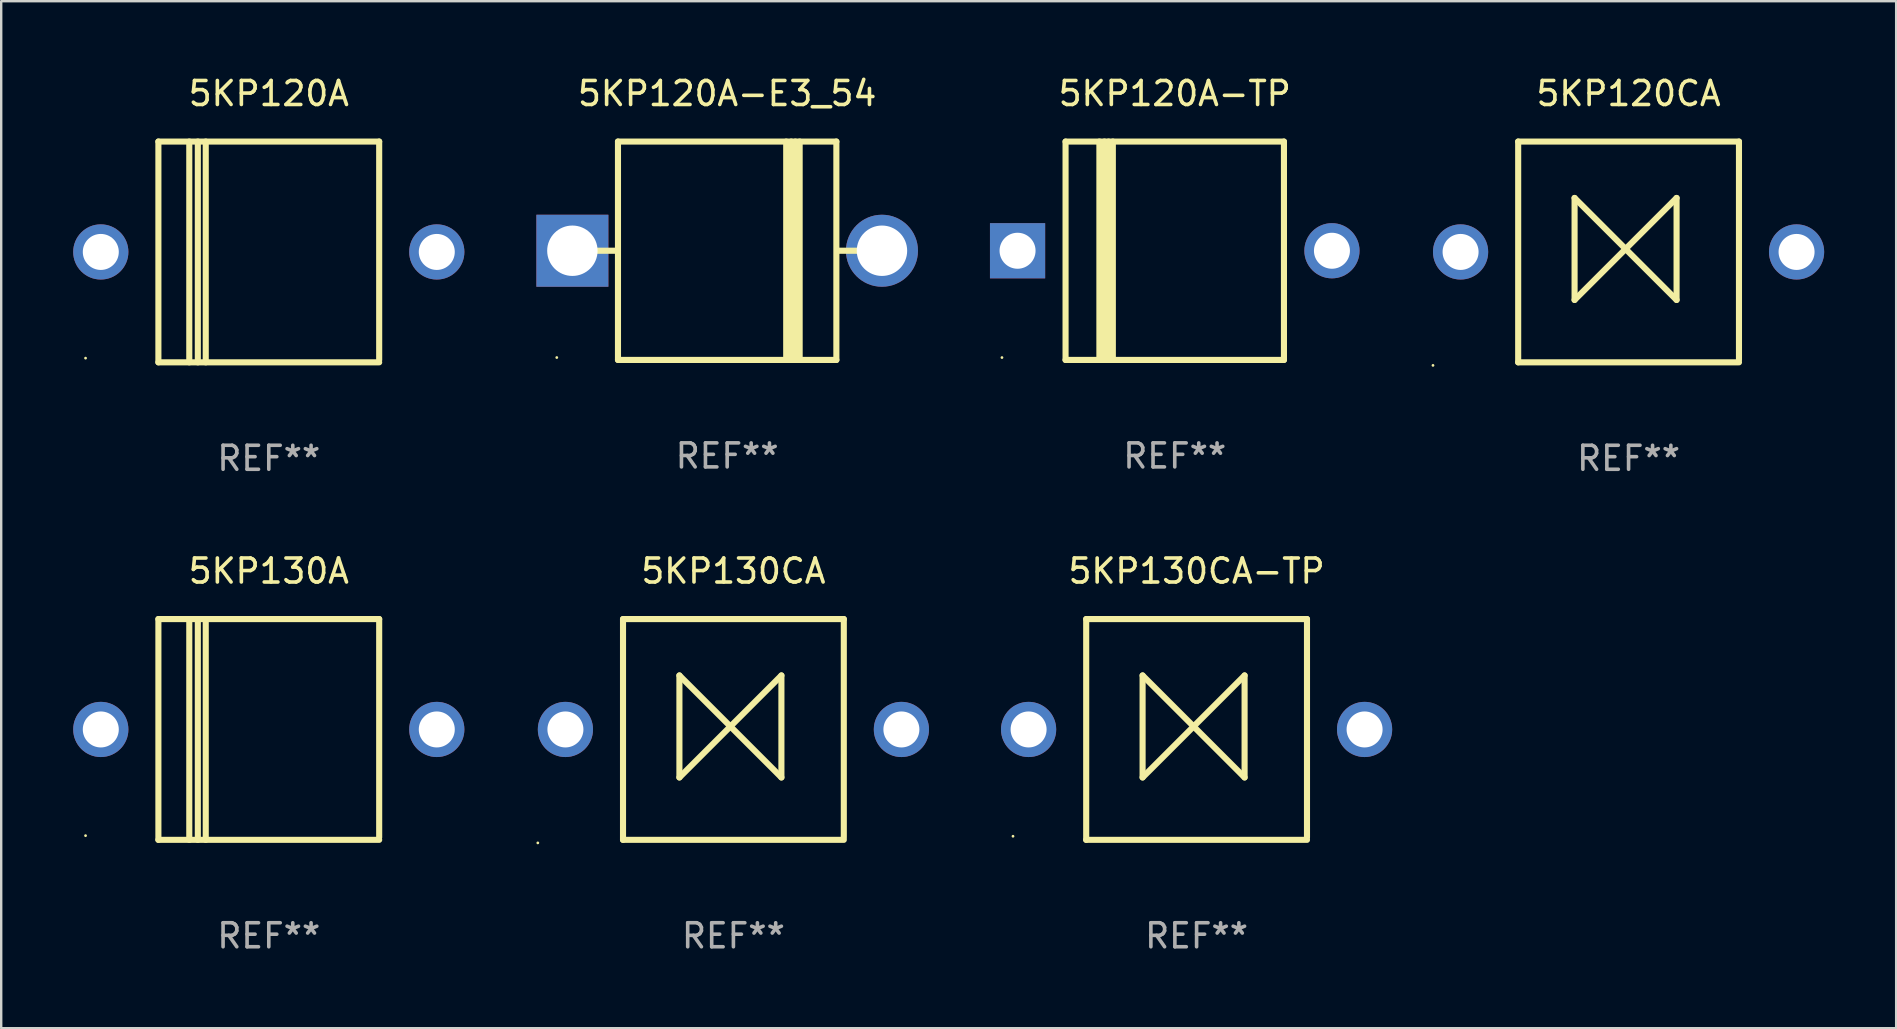
<source format=kicad_pcb>
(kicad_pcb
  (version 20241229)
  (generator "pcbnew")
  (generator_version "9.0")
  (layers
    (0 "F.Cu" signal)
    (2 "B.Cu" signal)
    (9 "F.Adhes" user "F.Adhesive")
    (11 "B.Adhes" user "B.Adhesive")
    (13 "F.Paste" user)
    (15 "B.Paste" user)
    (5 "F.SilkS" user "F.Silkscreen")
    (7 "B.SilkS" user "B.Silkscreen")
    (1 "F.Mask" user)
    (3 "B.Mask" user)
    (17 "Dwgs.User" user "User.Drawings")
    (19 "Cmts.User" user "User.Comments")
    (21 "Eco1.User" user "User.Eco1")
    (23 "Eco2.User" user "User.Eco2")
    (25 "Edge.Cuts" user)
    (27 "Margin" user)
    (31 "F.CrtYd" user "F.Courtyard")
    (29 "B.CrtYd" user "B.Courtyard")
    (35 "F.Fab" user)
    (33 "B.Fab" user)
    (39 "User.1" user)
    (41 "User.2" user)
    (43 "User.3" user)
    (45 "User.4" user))
  (footprint "5KP120A-E3_54"
    (layer "F.Cu")
    (at 27.25 7.399)
    (property "Reference" "5KP120A-E3_54" (at 0 -6.551 0) (layer "F.SilkS") (effects (font (size 1 1) (thickness 0.15))))
    (attr through_hole)
    (fp_line (start -5.6 -0.001) (end -4.55 -0.001) (stroke (width 0.254) (type solid)) (layer "F.SilkS"))
    (fp_line (start -4.55 -4.551) (end -4.55 4.55) (stroke (width 0.254) (type solid)) (layer "F.SilkS"))
    (fp_line (start -4.55 -4.551) (end 4.55 -4.551) (stroke (width 0.254) (type solid)) (layer "F.SilkS"))
    (fp_line (start 2.46 4.55) (end 2.46 -4.551) (stroke (width 0.254) (type solid)) (layer "F.SilkS"))
    (fp_line (start 2.67 4.55) (end 2.67 -4.551) (stroke (width 0.254) (type solid)) (layer "F.SilkS"))
    (fp_line (start 2.841 4.551) (end 2.841 -4.55) (stroke (width 0.254) (type solid)) (layer "F.SilkS"))
    (fp_line (start 3.02 4.55) (end 3.02 -4.551) (stroke (width 0.254) (type solid)) (layer "F.SilkS"))
    (fp_line (start 4.55 4.55) (end 4.55 -4.551) (stroke (width 0.254) (type solid)) (layer "F.SilkS"))
    (fp_line (start 4.55 4.549) (end -4.55 4.549) (stroke (width 0.254) (type solid)) (layer "F.SilkS"))
    (fp_line (start 4.58 -0.001) (end 5.6 -0.001) (stroke (width 0.254) (type solid)) (layer "F.SilkS"))
    (fp_circle (center -7.1 4.449) (end -7.07 4.449) (stroke (width 0.06) (type solid)) (fill no) (layer "F.SilkS"))
    (fp_text user "REF**" (at 0 8.551 0) (layer "F.Fab") (effects (font (size 1 1) (thickness 0.15))))
    (pad "1" thru_hole rect (at -6.45 -0.001 180) (size 3 3) (drill 2.1) (layers "*.Cu" "*.Mask"))
    (pad "2" thru_hole circle (at 6.45 -0.001) (size 3 3) (drill 2.1) (layers "*.Cu" "*.Mask")))
  (footprint "5KP130CA-TP"
    (layer "F.Cu")
    (at 46.81 27.345)
    (property "Reference" "5KP130CA-TP" (at 0 -6.6 0) (layer "F.SilkS") (effects (font (size 1 1) (thickness 0.15))))
    (attr through_hole)
    (fp_line (start -4.6 -4.6) (end -4.6 4.6) (stroke (width 0.254) (type solid)) (layer "F.SilkS"))
    (fp_line (start -4.6 -4.6) (end 4.6 -4.6) (stroke (width 0.254) (type solid)) (layer "F.SilkS"))
    (fp_line (start -4.6 4.6) (end 4.6 4.6) (stroke (width 0.254) (type solid)) (layer "F.SilkS"))
    (fp_line (start -2.25 -2.25) (end -2.25 2) (stroke (width 0.254) (type solid)) (layer "F.SilkS"))
    (fp_line (start -2.25 2) (end 2 -2.25) (stroke (width 0.254) (type solid)) (layer "F.SilkS"))
    (fp_line (start 2 -2.25) (end 2 2) (stroke (width 0.254) (type solid)) (layer "F.SilkS"))
    (fp_line (start 2 2) (end -2.25 -2.25) (stroke (width 0.254) (type solid)) (layer "F.SilkS"))
    (fp_line (start 4.6 -4.6) (end 4.6 4.5) (stroke (width 0.254) (type solid)) (layer "F.SilkS"))
    (fp_circle (center -7.65 4.45) (end -7.62 4.45) (stroke (width 0.06) (type solid)) (fill no) (layer "F.SilkS"))
    (fp_text user "REF**" (at 0 8.6 0) (layer "F.Fab") (effects (font (size 1 1) (thickness 0.15))))
    (pad "1" thru_hole circle (at -7 0) (size 2.3 2.3) (drill 1.5) (layers "*.Cu" "*.Mask"))
    (pad "2" thru_hole circle (at 7 0) (size 2.3 2.3) (drill 1.5) (layers "*.Cu" "*.Mask")))
  (footprint "5KP130A"
    (layer "F.Cu")
    (at 8.15 27.345)
    (property "Reference" "5KP130A" (at 0 -6.6 0) (layer "F.SilkS") (effects (font (size 1 1) (thickness 0.15))))
    (attr through_hole)
    (fp_line (start -4.6 -4.6) (end -4.6 4.6) (stroke (width 0.254) (type solid)) (layer "F.SilkS"))
    (fp_line (start -4.6 -4.6) (end 4.6 -4.6) (stroke (width 0.254) (type solid)) (layer "F.SilkS"))
    (fp_line (start -4.6 4.6) (end 4.6 4.6) (stroke (width 0.254) (type solid)) (layer "F.SilkS"))
    (fp_line (start -3.313 -4.6) (end -3.313 4.6) (stroke (width 0.254) (type solid)) (layer "F.SilkS"))
    (fp_line (start -2.957 -4.6) (end -2.957 4.6) (stroke (width 0.254) (type solid)) (layer "F.SilkS"))
    (fp_line (start -2.627 -4.6) (end -2.627 4.6) (stroke (width 0.254) (type solid)) (layer "F.SilkS"))
    (fp_line (start 4.6 -4.6) (end 4.6 4.5) (stroke (width 0.254) (type solid)) (layer "F.SilkS"))
    (fp_circle (center -7.635 4.425) (end -7.605 4.425) (stroke (width 0.06) (type solid)) (fill no) (layer "F.SilkS"))
    (fp_text user "REF**" (at 0 8.6 0) (layer "F.Fab") (effects (font (size 1 1) (thickness 0.15))))
    (pad "1" thru_hole circle (at -7 0) (size 2.3 2.3) (drill 1.5) (layers "*.Cu" "*.Mask"))
    (pad "2" thru_hole circle (at 7 0) (size 2.3 2.3) (drill 1.5) (layers "*.Cu" "*.Mask")))
  (footprint "5KP120A-TP"
    (layer "F.Cu")
    (at 45.9 7.399)
    (property "Reference" "5KP120A-TP" (at 0 -6.551 0) (layer "F.SilkS") (effects (font (size 1 1) (thickness 0.15))))
    (attr through_hole)
    (fp_line (start -4.55 -4.55) (end -4.55 4.55) (stroke (width 0.254) (type solid)) (layer "F.SilkS"))
    (fp_line (start -4.55 -4.55) (end 4.55 -4.55) (stroke (width 0.254) (type solid)) (layer "F.SilkS"))
    (fp_line (start -3.14 4.55) (end -3.14 -4.551) (stroke (width 0.254) (type solid)) (layer "F.SilkS"))
    (fp_line (start -2.93 4.55) (end -2.93 -4.551) (stroke (width 0.254) (type solid)) (layer "F.SilkS"))
    (fp_line (start -2.759 4.551) (end -2.759 -4.55) (stroke (width 0.254) (type solid)) (layer "F.SilkS"))
    (fp_line (start -2.58 4.55) (end -2.58 -4.551) (stroke (width 0.254) (type solid)) (layer "F.SilkS"))
    (fp_line (start 4.55 4.55) (end 4.55 -4.55) (stroke (width 0.254) (type solid)) (layer "F.SilkS"))
    (fp_line (start 4.55 4.549) (end -4.55 4.549) (stroke (width 0.254) (type solid)) (layer "F.SilkS"))
    (fp_circle (center -7.2 4.45) (end -7.17 4.45) (stroke (width 0.06) (type solid)) (fill no) (layer "F.SilkS"))
    (fp_text user "REF**" (at 0 8.551 0) (layer "F.Fab") (effects (font (size 1 1) (thickness 0.15))))
    (pad "1" thru_hole rect (at -6.55 -0.000483 180) (size 2.3 2.3) (drill 1.5) (layers "*.Cu" "*.Mask"))
    (pad "2" thru_hole circle (at 6.55 -0.000483) (size 2.3 2.3) (drill 1.5) (layers "*.Cu" "*.Mask")))
  (footprint "5KP120A"
    (layer "F.Cu")
    (at 8.15 7.448)
    (property "Reference" "5KP120A" (at 0 -6.6 0) (layer "F.SilkS") (effects (font (size 1 1) (thickness 0.15))))
    (attr through_hole)
    (fp_line (start -4.6 -4.6) (end -4.6 4.6) (stroke (width 0.254) (type solid)) (layer "F.SilkS"))
    (fp_line (start -4.6 -4.6) (end 4.6 -4.6) (stroke (width 0.254) (type solid)) (layer "F.SilkS"))
    (fp_line (start -4.6 4.6) (end 4.6 4.6) (stroke (width 0.254) (type solid)) (layer "F.SilkS"))
    (fp_line (start -3.313 -4.6) (end -3.313 4.6) (stroke (width 0.254) (type solid)) (layer "F.SilkS"))
    (fp_line (start -2.957 -4.6) (end -2.957 4.6) (stroke (width 0.254) (type solid)) (layer "F.SilkS"))
    (fp_line (start -2.627 -4.6) (end -2.627 4.6) (stroke (width 0.254) (type solid)) (layer "F.SilkS"))
    (fp_line (start 4.6 -4.6) (end 4.6 4.5) (stroke (width 0.254) (type solid)) (layer "F.SilkS"))
    (fp_circle (center -7.635 4.425) (end -7.605 4.425) (stroke (width 0.06) (type solid)) (fill no) (layer "F.SilkS"))
    (fp_text user "REF**" (at 0 8.6 0) (layer "F.Fab") (effects (font (size 1 1) (thickness 0.15))))
    (pad "1" thru_hole circle (at -7 0) (size 2.3 2.3) (drill 1.5) (layers "*.Cu" "*.Mask"))
    (pad "2" thru_hole circle (at 7 0) (size 2.3 2.3) (drill 1.5) (layers "*.Cu" "*.Mask")))
  (footprint "5KP130CA"
    (layer "F.Cu")
    (at 27.51 27.345)
    (property "Reference" "5KP130CA" (at 0 -6.6 0) (layer "F.SilkS") (effects (font (size 1 1) (thickness 0.15))))
    (attr through_hole)
    (fp_line (start -4.6 -4.6) (end -4.6 4.6) (stroke (width 0.254) (type solid)) (layer "F.SilkS"))
    (fp_line (start -4.6 -4.6) (end 4.6 -4.6) (stroke (width 0.254) (type solid)) (layer "F.SilkS"))
    (fp_line (start -4.6 4.6) (end 4.6 4.6) (stroke (width 0.254) (type solid)) (layer "F.SilkS"))
    (fp_line (start -2.25 -2.25) (end -2.25 2) (stroke (width 0.254) (type solid)) (layer "F.SilkS"))
    (fp_line (start -2.25 2) (end 2 -2.25) (stroke (width 0.254) (type solid)) (layer "F.SilkS"))
    (fp_line (start 2 -2.25) (end 2 2) (stroke (width 0.254) (type solid)) (layer "F.SilkS"))
    (fp_line (start 2 2) (end -2.25 -2.25) (stroke (width 0.254) (type solid)) (layer "F.SilkS"))
    (fp_line (start 4.6 -4.6) (end 4.6 4.5) (stroke (width 0.254) (type solid)) (layer "F.SilkS"))
    (fp_circle (center -8.15 4.727) (end -8.12 4.727) (stroke (width 0.06) (type solid)) (fill no) (layer "F.SilkS"))
    (fp_text user "REF**" (at 0 8.6 0) (layer "F.Fab") (effects (font (size 1 1) (thickness 0.15))))
    (pad "1" thru_hole circle (at -7 0) (size 2.3 2.3) (drill 1.5) (layers "*.Cu" "*.Mask"))
    (pad "2" thru_hole circle (at 7 0) (size 2.3 2.3) (drill 1.5) (layers "*.Cu" "*.Mask")))
  (footprint "5KP120CA"
    (layer "F.Cu")
    (at 64.81 7.448)
    (property "Reference" "5KP120CA" (at 0 -6.6 0) (layer "F.SilkS") (effects (font (size 1 1) (thickness 0.15))))
    (attr through_hole)
    (fp_line (start -4.6 -4.6) (end -4.6 4.6) (stroke (width 0.254) (type solid)) (layer "F.SilkS"))
    (fp_line (start -4.6 -4.6) (end 4.6 -4.6) (stroke (width 0.254) (type solid)) (layer "F.SilkS"))
    (fp_line (start -4.6 4.6) (end 4.6 4.6) (stroke (width 0.254) (type solid)) (layer "F.SilkS"))
    (fp_line (start -2.25 -2.25) (end -2.25 2) (stroke (width 0.254) (type solid)) (layer "F.SilkS"))
    (fp_line (start -2.25 2) (end 2 -2.25) (stroke (width 0.254) (type solid)) (layer "F.SilkS"))
    (fp_line (start 2 -2.25) (end 2 2) (stroke (width 0.254) (type solid)) (layer "F.SilkS"))
    (fp_line (start 2 2) (end -2.25 -2.25) (stroke (width 0.254) (type solid)) (layer "F.SilkS"))
    (fp_line (start 4.6 -4.6) (end 4.6 4.5) (stroke (width 0.254) (type solid)) (layer "F.SilkS"))
    (fp_circle (center -8.15 4.727) (end -8.12 4.727) (stroke (width 0.06) (type solid)) (fill no) (layer "F.SilkS"))
    (fp_text user "REF**" (at 0 8.6 0) (layer "F.Fab") (effects (font (size 1 1) (thickness 0.15))))
    (pad "1" thru_hole circle (at -7 0) (size 2.3 2.3) (drill 1.5) (layers "*.Cu" "*.Mask"))
    (pad "2" thru_hole circle (at 7 0) (size 2.3 2.3) (drill 1.5) (layers "*.Cu" "*.Mask")))
  (gr_rect
    (start -3 -3)
    (end 75.96 39.793)
    (stroke (width 0.1) (type default))
    (fill no)
    (layer "Edge.Cuts")))
</source>
